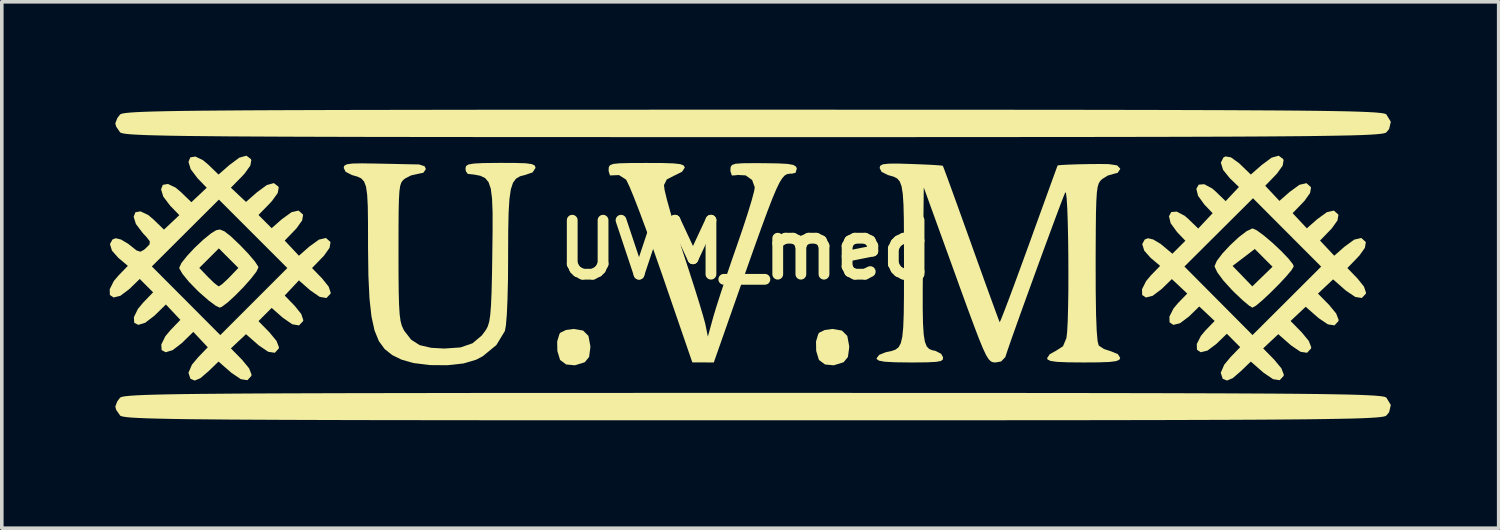
<source format=kicad_pcb>
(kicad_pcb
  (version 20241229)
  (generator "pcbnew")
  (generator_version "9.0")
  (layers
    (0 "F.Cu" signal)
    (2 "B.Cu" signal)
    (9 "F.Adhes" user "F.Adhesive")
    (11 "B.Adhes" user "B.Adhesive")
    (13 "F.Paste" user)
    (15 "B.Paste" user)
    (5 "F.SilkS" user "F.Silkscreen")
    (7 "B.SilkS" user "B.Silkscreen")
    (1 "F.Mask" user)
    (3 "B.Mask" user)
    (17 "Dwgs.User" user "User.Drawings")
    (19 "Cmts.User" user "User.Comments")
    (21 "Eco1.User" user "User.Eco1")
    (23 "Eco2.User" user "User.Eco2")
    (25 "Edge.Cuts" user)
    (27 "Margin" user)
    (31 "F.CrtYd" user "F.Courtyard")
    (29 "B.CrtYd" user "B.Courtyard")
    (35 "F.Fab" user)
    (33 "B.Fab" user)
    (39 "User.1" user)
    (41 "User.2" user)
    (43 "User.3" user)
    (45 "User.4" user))
  (footprint "UVM_med"
    (layer "F.Cu")
    (at 17.682 3.895)
    (property "Reference" "UVM_med" (at 0 0 0) (layer "F.SilkS") (effects (font (size 1.5 1.5) (thickness 0.3))))
    (attr board_only exclude_from_pos_files exclude_from_bom)
    (fp_poly (pts (xy -4.519 2.246) (xy -4.371 2.394) (xy -4.319 2.67) (xy -4.318 2.723) (xy -4.353 2.981) (xy -4.468 3.122) (xy -4.482 3.13) (xy -4.746 3.212) (xy -4.99 3.189) (xy -5.154 3.067) (xy -5.162 3.054) (xy -5.235 2.813) (xy -5.24 2.549) (xy -5.177 2.341) (xy -5.148 2.303) (xy -4.995 2.23) (xy -4.784 2.201)) (stroke (width 0) (type solid)) (fill yes) (layer "F.SilkS"))
    (fp_poly (pts (xy 2.677 2.246) (xy 2.826 2.394) (xy 2.878 2.67) (xy 2.879 2.723) (xy 2.844 2.981) (xy 2.729 3.122) (xy 2.715 3.13) (xy 2.45 3.212) (xy 2.207 3.189) (xy 2.043 3.067) (xy 2.035 3.054) (xy 1.962 2.813) (xy 1.957 2.549) (xy 2.02 2.341) (xy 2.049 2.303) (xy 2.202 2.23) (xy 2.413 2.201)) (stroke (width 0) (type solid)) (fill yes) (layer "F.SilkS"))
    (fp_poly (pts (xy 14.219 -0.537) (xy 14.416 -0.391) (xy 14.651 -0.191) (xy 14.887 0.03) (xy 15.087 0.238) (xy 15.214 0.398) (xy 15.24 0.46) (xy 15.182 0.561) (xy 15.032 0.74) (xy 14.824 0.963) (xy 14.591 1.195) (xy 14.369 1.403) (xy 14.191 1.553) (xy 14.092 1.609) (xy 13.997 1.552) (xy 13.818 1.402) (xy 13.591 1.187) (xy 13.523 1.119) (xy 13.284 0.857) (xy 13.114 0.627) (xy 13.04 0.469) (xy 13.039 0.454) (xy 13.041 0.449) (xy 13.539 0.449) (xy 13.814 0.733) (xy 14.088 1.017) (xy 14.369 0.744) (xy 14.65 0.472) (xy 14.403 0.225) (xy 14.157 -0.022) (xy 13.848 0.214) (xy 13.539 0.449) (xy 13.041 0.449) (xy 13.1 0.31) (xy 13.258 0.102) (xy 13.475 -0.13) (xy 13.71 -0.349) (xy 13.926 -0.515) (xy 14.083 -0.591) (xy 14.098 -0.593)) (stroke (width 0) (type solid)) (fill yes) (layer "F.SilkS"))
    (fp_poly (pts (xy -14.493 -0.514) (xy -14.317 -0.377) (xy -14.06 -0.132) (xy -14.051 -0.123) (xy -13.819 0.119) (xy -13.643 0.328) (xy -13.553 0.466) (xy -13.547 0.49) (xy -13.604 0.61) (xy -13.754 0.804) (xy -13.959 1.035) (xy -14.186 1.266) (xy -14.399 1.462) (xy -14.563 1.585) (xy -14.624 1.609) (xy -14.738 1.553) (xy -14.935 1.406) (xy -15.176 1.196) (xy -15.246 1.13) (xy -15.48 0.889) (xy -15.656 0.674) (xy -15.744 0.523) (xy -15.747 0.504) (xy -15.191 0.504) (xy -14.945 0.76) (xy -14.782 0.919) (xy -14.667 1.009) (xy -14.647 1.016) (xy -14.561 0.96) (xy -14.409 0.821) (xy -14.349 0.76) (xy -14.104 0.504) (xy -14.376 0.233) (xy -14.647 -0.039) (xy -14.919 0.233) (xy -15.191 0.504) (xy -15.747 0.504) (xy -15.748 0.499) (xy -15.688 0.369) (xy -15.532 0.172) (xy -15.318 -0.057) (xy -15.082 -0.279) (xy -14.86 -0.459) (xy -14.721 -0.544) (xy -14.618 -0.564)) (stroke (width 0) (type solid)) (fill yes) (layer "F.SilkS"))
    (fp_poly (pts (xy -2.306 -2.412) (xy -2.003 -2.402) (xy -1.817 -2.381) (xy -1.723 -2.345) (xy -1.694 -2.292) (xy -1.693 -2.283) (xy -1.768 -2.169) (xy -1.958 -2.074) (xy -1.968 -2.071) (xy -2.192 -1.956) (xy -2.271 -1.797) (xy -2.253 -1.66) (xy -2.188 -1.391) (xy -2.083 -1.016) (xy -1.946 -0.563) (xy -1.785 -0.059) (xy -1.743 0.066) (xy -1.571 0.591) (xy -1.413 1.083) (xy -1.28 1.51) (xy -1.181 1.844) (xy -1.124 2.052) (xy -1.119 2.074) (xy -1.05 2.413) (xy -0.898 1.863) (xy -0.818 1.596) (xy -0.694 1.21) (xy -0.54 0.745) (xy -0.368 0.241) (xy -0.246 -0.108) (xy -0.083 -0.582) (xy 0.058 -1.013) (xy 0.167 -1.371) (xy 0.235 -1.625) (xy 0.254 -1.735) (xy 0.181 -1.94) (xy 0.001 -2.068) (xy -0.23 -2.081) (xy -0.257 -2.073) (xy -0.384 -2.066) (xy -0.423 -2.184) (xy -0.423 -2.217) (xy -0.417 -2.303) (xy -0.378 -2.359) (xy -0.278 -2.392) (xy -0.085 -2.406) (xy 0.23 -2.409) (xy 0.487 -2.408) (xy 0.895 -2.402) (xy 1.164 -2.388) (xy 1.323 -2.36) (xy 1.4 -2.314) (xy 1.424 -2.26) (xy 1.388 -2.14) (xy 1.289 -2.117) (xy 1.215 -2.115) (xy 1.149 -2.102) (xy 1.084 -2.064) (xy 1.017 -1.989) (xy 0.94 -1.864) (xy 0.849 -1.676) (xy 0.738 -1.411) (xy 0.602 -1.058) (xy 0.434 -0.602) (xy 0.229 -0.032) (xy -0.018 0.666) (xy -0.313 1.504) (xy -0.476 1.968) (xy -0.885 3.133) (xy -1.183 3.132) (xy -1.482 3.132) (xy -2.328 0.673) (xy -2.545 0.053) (xy -2.751 -0.52) (xy -2.939 -1.026) (xy -3.1 -1.443) (xy -3.227 -1.751) (xy -3.311 -1.927) (xy -3.33 -1.955) (xy -3.522 -2.077) (xy -3.647 -2.072) (xy -3.772 -2.067) (xy -3.809 -2.188) (xy -3.81 -2.217) (xy -3.805 -2.298) (xy -3.77 -2.353) (xy -3.679 -2.387) (xy -3.504 -2.405) (xy -3.217 -2.412) (xy -2.79 -2.414) (xy -2.752 -2.414)) (stroke (width 0) (type solid)) (fill yes) (layer "F.SilkS"))
    (fp_poly (pts (xy 2.248 -3.895) (xy 4.122 -3.894) (xy 5.84 -3.894) (xy 7.409 -3.893) (xy 8.835 -3.892) (xy 10.126 -3.89) (xy 11.287 -3.888) (xy 12.327 -3.885) (xy 13.251 -3.882) (xy 14.066 -3.878) (xy 14.779 -3.874) (xy 15.396 -3.869) (xy 15.926 -3.863) (xy 16.373 -3.856) (xy 16.745 -3.849) (xy 17.048 -3.84) (xy 17.29 -3.83) (xy 17.477 -3.82) (xy 17.616 -3.808) (xy 17.713 -3.796) (xy 17.776 -3.782) (xy 17.81 -3.767) (xy 17.816 -3.762) (xy 17.939 -3.559) (xy 17.892 -3.358) (xy 17.816 -3.266) (xy 17.789 -3.25) (xy 17.737 -3.236) (xy 17.651 -3.223) (xy 17.526 -3.211) (xy 17.355 -3.2) (xy 17.132 -3.19) (xy 16.848 -3.181) (xy 16.499 -3.174) (xy 16.076 -3.167) (xy 15.573 -3.16) (xy 14.985 -3.155) (xy 14.302 -3.15) (xy 13.52 -3.146) (xy 12.632 -3.143) (xy 11.63 -3.14) (xy 10.508 -3.138) (xy 9.259 -3.136) (xy 7.876 -3.135) (xy 6.353 -3.134) (xy 4.683 -3.133) (xy 2.86 -3.133) (xy 0.875 -3.133) (xy 0.212 -3.133) (xy -1.825 -3.133) (xy -3.699 -3.133) (xy -5.416 -3.134) (xy -6.985 -3.134) (xy -8.412 -3.136) (xy -9.702 -3.137) (xy -10.864 -3.139) (xy -11.903 -3.142) (xy -12.827 -3.145) (xy -13.642 -3.149) (xy -14.355 -3.153) (xy -14.973 -3.159) (xy -15.502 -3.164) (xy -15.949 -3.171) (xy -16.322 -3.179) (xy -16.625 -3.187) (xy -16.867 -3.197) (xy -17.054 -3.207) (xy -17.193 -3.219) (xy -17.29 -3.232) (xy -17.352 -3.246) (xy -17.387 -3.261) (xy -17.393 -3.266) (xy -17.501 -3.422) (xy -17.526 -3.514) (xy -17.47 -3.662) (xy -17.393 -3.762) (xy -17.366 -3.777) (xy -17.313 -3.791) (xy -17.228 -3.804) (xy -17.103 -3.816) (xy -16.932 -3.827) (xy -16.708 -3.837) (xy -16.425 -3.846) (xy -16.075 -3.854) (xy -15.653 -3.861) (xy -15.15 -3.867) (xy -14.561 -3.872) (xy -13.879 -3.877) (xy -13.097 -3.881) (xy -12.208 -3.884) (xy -11.206 -3.887) (xy -10.084 -3.889) (xy -8.835 -3.891) (xy -7.453 -3.893) (xy -5.93 -3.893) (xy -4.26 -3.894) (xy -2.436 -3.895) (xy -0.452 -3.895) (xy 0.212 -3.895)) (stroke (width 0) (type solid)) (fill yes) (layer "F.SilkS"))
    (fp_poly (pts (xy 2.248 3.979) (xy 4.122 3.98) (xy 5.84 3.98) (xy 7.409 3.981) (xy 8.835 3.982) (xy 10.126 3.984) (xy 11.287 3.986) (xy 12.327 3.989) (xy 13.251 3.992) (xy 14.066 3.996) (xy 14.779 4) (xy 15.396 4.005) (xy 15.926 4.011) (xy 16.373 4.018) (xy 16.745 4.025) (xy 17.048 4.034) (xy 17.29 4.044) (xy 17.477 4.054) (xy 17.616 4.066) (xy 17.713 4.078) (xy 17.776 4.092) (xy 17.81 4.107) (xy 17.816 4.112) (xy 17.939 4.315) (xy 17.892 4.516) (xy 17.816 4.608) (xy 17.789 4.624) (xy 17.737 4.638) (xy 17.651 4.651) (xy 17.526 4.663) (xy 17.355 4.674) (xy 17.132 4.684) (xy 16.848 4.693) (xy 16.499 4.7) (xy 16.076 4.707) (xy 15.573 4.714) (xy 14.985 4.719) (xy 14.302 4.724) (xy 13.52 4.728) (xy 12.632 4.731) (xy 11.63 4.734) (xy 10.508 4.736) (xy 9.259 4.738) (xy 7.876 4.739) (xy 6.353 4.74) (xy 4.683 4.741) (xy 2.86 4.741) (xy 0.875 4.741) (xy 0.212 4.741) (xy -1.825 4.741) (xy -3.699 4.741) (xy -5.416 4.74) (xy -6.985 4.74) (xy -8.412 4.738) (xy -9.702 4.737) (xy -10.864 4.735) (xy -11.903 4.732) (xy -12.827 4.729) (xy -13.642 4.725) (xy -14.355 4.721) (xy -14.973 4.715) (xy -15.502 4.71) (xy -15.949 4.703) (xy -16.322 4.695) (xy -16.625 4.687) (xy -16.867 4.677) (xy -17.054 4.667) (xy -17.193 4.655) (xy -17.29 4.642) (xy -17.352 4.628) (xy -17.387 4.613) (xy -17.393 4.608) (xy -17.501 4.452) (xy -17.526 4.36) (xy -17.47 4.212) (xy -17.393 4.112) (xy -17.366 4.097) (xy -17.313 4.083) (xy -17.228 4.07) (xy -17.103 4.058) (xy -16.932 4.047) (xy -16.708 4.037) (xy -16.425 4.028) (xy -16.075 4.02) (xy -15.653 4.013) (xy -15.15 4.007) (xy -14.561 4.002) (xy -13.879 3.997) (xy -13.097 3.993) (xy -12.208 3.99) (xy -11.206 3.987) (xy -10.084 3.985) (xy -8.835 3.983) (xy -7.453 3.981) (xy -5.93 3.981) (xy -4.26 3.98) (xy -2.436 3.979) (xy -0.452 3.979) (xy 0.212 3.979)) (stroke (width 0) (type solid)) (fill yes) (layer "F.SilkS"))
    (fp_poly (pts (xy -6.394 -2.414) (xy -6.113 -2.405) (xy -5.946 -2.382) (xy -5.865 -2.344) (xy -5.842 -2.285) (xy -5.842 -2.277) (xy -5.923 -2.152) (xy -6.125 -2.082) (xy -6.271 -2.044) (xy -6.384 -1.978) (xy -6.468 -1.864) (xy -6.528 -1.682) (xy -6.567 -1.413) (xy -6.59 -1.036) (xy -6.601 -0.532) (xy -6.604 0.119) (xy -6.604 0.21) (xy -6.608 0.83) (xy -6.621 1.368) (xy -6.64 1.801) (xy -6.666 2.107) (xy -6.694 2.259) (xy -6.931 2.649) (xy -7.309 2.96) (xy -7.493 3.057) (xy -7.845 3.161) (xy -8.296 3.21) (xy -8.782 3.206) (xy -9.242 3.148) (xy -9.567 3.055) (xy -9.828 2.927) (xy -10.036 2.761) (xy -10.198 2.539) (xy -10.319 2.242) (xy -10.404 1.852) (xy -10.459 1.351) (xy -10.489 0.72) (xy -10.499 -0.059) (xy -10.499 -0.163) (xy -10.5 -0.759) (xy -10.506 -1.208) (xy -10.523 -1.532) (xy -10.555 -1.755) (xy -10.609 -1.898) (xy -10.689 -1.985) (xy -10.801 -2.037) (xy -10.944 -2.077) (xy -11.122 -2.168) (xy -11.176 -2.276) (xy -11.159 -2.338) (xy -11.087 -2.377) (xy -10.934 -2.398) (xy -10.671 -2.403) (xy -10.269 -2.397) (xy -10.223 -2.396) (xy -9.82 -2.388) (xy -9.464 -2.38) (xy -9.199 -2.375) (xy -9.081 -2.373) (xy -8.927 -2.323) (xy -8.89 -2.244) (xy -8.962 -2.141) (xy -9.083 -2.117) (xy -9.301 -2.068) (xy -9.464 -1.985) (xy -9.524 -1.938) (xy -9.57 -1.877) (xy -9.604 -1.782) (xy -9.626 -1.629) (xy -9.64 -1.397) (xy -9.648 -1.064) (xy -9.651 -0.608) (xy -9.652 -0.007) (xy -9.652 0.068) (xy -9.651 0.695) (xy -9.646 1.175) (xy -9.636 1.534) (xy -9.62 1.793) (xy -9.595 1.978) (xy -9.56 2.111) (xy -9.512 2.216) (xy -9.487 2.259) (xy -9.299 2.501) (xy -9.064 2.651) (xy -8.742 2.726) (xy -8.378 2.746) (xy -7.929 2.715) (xy -7.594 2.6) (xy -7.335 2.382) (xy -7.219 2.225) (xy -7.169 2.13) (xy -7.13 2) (xy -7.101 1.813) (xy -7.08 1.545) (xy -7.064 1.174) (xy -7.052 0.676) (xy -7.044 0.131) (xy -7.036 -0.53) (xy -7.036 -1.042) (xy -7.051 -1.424) (xy -7.086 -1.697) (xy -7.148 -1.88) (xy -7.243 -1.994) (xy -7.377 -2.058) (xy -7.555 -2.092) (xy -7.726 -2.11) (xy -7.78 -2.186) (xy -7.789 -2.265) (xy -7.773 -2.329) (xy -7.706 -2.372) (xy -7.559 -2.397) (xy -7.306 -2.411) (xy -6.917 -2.415) (xy -6.816 -2.416)) (stroke (width 0) (type solid)) (fill yes) (layer "F.SilkS"))
    (fp_poly (pts (xy 4.593 -2.386) (xy 4.956 -2.372) (xy 5.249 -2.357) (xy 5.435 -2.343) (xy 5.483 -2.335) (xy 5.516 -2.252) (xy 5.598 -2.031) (xy 5.722 -1.692) (xy 5.88 -1.256) (xy 6.064 -0.744) (xy 6.268 -0.177) (xy 6.273 -0.162) (xy 6.477 0.407) (xy 6.662 0.921) (xy 6.821 1.359) (xy 6.946 1.701) (xy 7.029 1.926) (xy 7.064 2.013) (xy 7.065 2.013) (xy 7.098 1.943) (xy 7.181 1.733) (xy 7.306 1.405) (xy 7.466 0.977) (xy 7.652 0.471) (xy 7.858 -0.095) (xy 7.877 -0.146) (xy 8.083 -0.718) (xy 8.271 -1.235) (xy 8.431 -1.677) (xy 8.556 -2.022) (xy 8.64 -2.252) (xy 8.674 -2.344) (xy 8.674 -2.345) (xy 8.757 -2.356) (xy 8.963 -2.367) (xy 9.246 -2.377) (xy 9.56 -2.383) (xy 9.857 -2.385) (xy 10.092 -2.382) (xy 10.097 -2.382) (xy 10.328 -2.347) (xy 10.413 -2.26) (xy 10.414 -2.244) (xy 10.344 -2.139) (xy 10.254 -2.117) (xy 10.07 -2.064) (xy 9.916 -1.968) (xy 9.862 -1.917) (xy 9.82 -1.851) (xy 9.788 -1.75) (xy 9.766 -1.592) (xy 9.751 -1.357) (xy 9.741 -1.026) (xy 9.736 -0.576) (xy 9.733 0.012) (xy 9.732 0.366) (xy 9.734 1.161) (xy 9.743 1.789) (xy 9.761 2.249) (xy 9.786 2.541) (xy 9.818 2.663) (xy 9.964 2.759) (xy 10.162 2.824) (xy 10.348 2.9) (xy 10.414 3.004) (xy 10.39 3.059) (xy 10.3 3.096) (xy 10.118 3.119) (xy 9.818 3.13) (xy 9.398 3.133) (xy 8.955 3.129) (xy 8.656 3.116) (xy 8.478 3.091) (xy 8.396 3.051) (xy 8.382 3.014) (xy 8.454 2.905) (xy 8.624 2.811) (xy 8.824 2.683) (xy 8.92 2.453) (xy 8.94 2.272) (xy 8.956 1.975) (xy 8.966 1.587) (xy 8.973 1.135) (xy 8.974 0.646) (xy 8.972 0.147) (xy 8.966 -0.336) (xy 8.956 -0.777) (xy 8.943 -1.149) (xy 8.926 -1.425) (xy 8.907 -1.58) (xy 8.889 -1.599) (xy 8.845 -1.493) (xy 8.753 -1.254) (xy 8.622 -0.905) (xy 8.462 -0.473) (xy 8.281 0.017) (xy 8.09 0.541) (xy 7.897 1.072) (xy 7.711 1.586) (xy 7.542 2.057) (xy 7.399 2.46) (xy 7.291 2.77) (xy 7.227 2.961) (xy 7.22 2.985) (xy 7.103 3.106) (xy 6.946 3.133) (xy 6.879 3.128) (xy 6.818 3.103) (xy 6.756 3.041) (xy 6.685 2.926) (xy 6.597 2.74) (xy 6.485 2.467) (xy 6.342 2.091) (xy 6.158 1.595) (xy 5.928 0.962) (xy 5.834 0.7) (xy 4.953 -1.732) (xy 4.93 0.415) (xy 4.924 1.106) (xy 4.924 1.646) (xy 4.932 2.055) (xy 4.951 2.352) (xy 4.984 2.556) (xy 5.034 2.685) (xy 5.104 2.758) (xy 5.195 2.795) (xy 5.276 2.81) (xy 5.434 2.891) (xy 5.488 2.985) (xy 5.485 3.049) (xy 5.43 3.092) (xy 5.293 3.117) (xy 5.049 3.129) (xy 4.668 3.133) (xy 4.578 3.133) (xy 4.152 3.128) (xy 3.871 3.113) (xy 3.71 3.084) (xy 3.645 3.039) (xy 3.641 3.016) (xy 3.714 2.921) (xy 3.893 2.85) (xy 3.908 2.846) (xy 4.053 2.816) (xy 4.166 2.777) (xy 4.252 2.711) (xy 4.314 2.598) (xy 4.356 2.418) (xy 4.382 2.154) (xy 4.396 1.784) (xy 4.402 1.291) (xy 4.403 0.655) (xy 4.403 0.381) (xy 4.402 -0.309) (xy 4.399 -0.85) (xy 4.389 -1.26) (xy 4.369 -1.559) (xy 4.335 -1.766) (xy 4.285 -1.901) (xy 4.213 -1.983) (xy 4.118 -2.032) (xy 3.995 -2.067) (xy 3.958 -2.077) (xy 3.78 -2.167) (xy 3.725 -2.275) (xy 3.744 -2.338) (xy 3.819 -2.377) (xy 3.979 -2.395) (xy 4.255 -2.396)) (stroke (width 0) (type solid)) (fill yes) (layer "F.SilkS"))
    (fp_poly (pts (xy 14.943 -2.525) (xy 14.958 -2.492) (xy 14.932 -2.34) (xy 14.779 -2.125) (xy 14.728 -2.07) (xy 14.447 -1.78) (xy 14.644 -1.57) (xy 14.842 -1.359) (xy 15.129 -1.611) (xy 15.399 -1.807) (xy 15.594 -1.852) (xy 15.712 -1.747) (xy 15.72 -1.73) (xy 15.694 -1.578) (xy 15.541 -1.363) (xy 15.49 -1.308) (xy 15.209 -1.018) (xy 15.406 -0.808) (xy 15.604 -0.597) (xy 15.891 -0.849) (xy 16.161 -1.045) (xy 16.356 -1.09) (xy 16.474 -0.985) (xy 16.482 -0.968) (xy 16.456 -0.816) (xy 16.303 -0.601) (xy 16.252 -0.546) (xy 15.971 -0.256) (xy 16.168 -0.046) (xy 16.366 0.165) (xy 16.653 -0.087) (xy 16.923 -0.283) (xy 17.118 -0.328) (xy 17.236 -0.223) (xy 17.244 -0.206) (xy 17.218 -0.054) (xy 17.064 0.162) (xy 17.013 0.217) (xy 16.731 0.508) (xy 17.013 0.799) (xy 17.193 1.024) (xy 17.25 1.194) (xy 17.244 1.222) (xy 17.134 1.34) (xy 16.952 1.312) (xy 16.691 1.136) (xy 16.637 1.089) (xy 16.334 0.823) (xy 16.124 1.02) (xy 15.914 1.218) (xy 16.224 1.534) (xy 16.42 1.772) (xy 16.488 1.947) (xy 16.482 1.984) (xy 16.373 2.102) (xy 16.19 2.074) (xy 15.93 1.899) (xy 15.875 1.851) (xy 15.572 1.585) (xy 15.362 1.782) (xy 15.152 1.98) (xy 15.462 2.296) (xy 15.658 2.534) (xy 15.726 2.709) (xy 15.72 2.746) (xy 15.611 2.864) (xy 15.428 2.836) (xy 15.168 2.661) (xy 15.113 2.613) (xy 14.81 2.347) (xy 14.6 2.544) (xy 14.39 2.742) (xy 14.7 3.058) (xy 14.896 3.296) (xy 14.964 3.471) (xy 14.958 3.508) (xy 14.849 3.626) (xy 14.667 3.598) (xy 14.407 3.423) (xy 14.35 3.374) (xy 14.046 3.108) (xy 13.771 3.374) (xy 13.544 3.569) (xy 13.386 3.636) (xy 13.268 3.588) (xy 13.264 3.584) (xy 13.21 3.42) (xy 13.308 3.194) (xy 13.48 2.987) (xy 13.751 2.707) (xy 13.565 2.521) (xy 13.38 2.335) (xy 13.088 2.618) (xy 12.84 2.804) (xy 12.654 2.849) (xy 12.549 2.78) (xy 12.544 2.619) (xy 12.66 2.392) (xy 12.786 2.242) (xy 13.041 1.979) (xy 12.827 1.778) (xy 12.613 1.577) (xy 12.324 1.858) (xy 12.077 2.043) (xy 11.892 2.088) (xy 11.787 2.018) (xy 11.783 1.857) (xy 11.898 1.63) (xy 12.024 1.48) (xy 12.279 1.217) (xy 12.065 1.016) (xy 11.851 0.815) (xy 11.562 1.096) (xy 11.315 1.281) (xy 11.13 1.327) (xy 11.026 1.257) (xy 11.021 1.097) (xy 11.135 0.87) (xy 11.266 0.714) (xy 11.507 0.466) (xy 12.2 0.466) (xy 13.147 1.418) (xy 14.094 2.371) (xy 15.048 1.42) (xy 16.002 0.468) (xy 15.054 -0.482) (xy 14.107 -1.432) (xy 13.153 -0.483) (xy 12.2 0.466) (xy 11.507 0.466) (xy 11.525 0.447) (xy 11.26 0.224) (xy 11.083 0.024) (xy 11.027 -0.158) (xy 11.097 -0.286) (xy 11.187 -0.321) (xy 11.333 -0.286) (xy 11.532 -0.168) (xy 11.594 -0.118) (xy 11.866 0.11) (xy 12.046 -0.07) (xy 12.227 -0.251) (xy 11.998 -0.49) (xy 11.818 -0.737) (xy 11.771 -0.932) (xy 11.834 -1.049) (xy 11.986 -1.062) (xy 12.206 -0.946) (xy 12.309 -0.857) (xy 12.584 -0.59) (xy 12.784 -0.804) (xy 12.985 -1.017) (xy 12.758 -1.254) (xy 12.579 -1.501) (xy 12.532 -1.695) (xy 12.597 -1.811) (xy 12.751 -1.823) (xy 12.971 -1.706) (xy 13.071 -1.619) (xy 13.346 -1.352) (xy 13.531 -1.549) (xy 13.716 -1.746) (xy 13.462 -1.99) (xy 13.275 -2.222) (xy 13.213 -2.423) (xy 13.284 -2.565) (xy 13.341 -2.596) (xy 13.493 -2.57) (xy 13.707 -2.418) (xy 13.76 -2.369) (xy 14.046 -2.092) (xy 14.35 -2.358) (xy 14.624 -2.561) (xy 14.821 -2.616)) (stroke (width 0) (type solid)) (fill yes) (layer "F.SilkS"))
    (fp_poly (pts (xy -13.759 -2.525) (xy -13.744 -2.492) (xy -13.772 -2.34) (xy -13.931 -2.119) (xy -14.002 -2.042) (xy -14.312 -1.726) (xy -14.102 -1.528) (xy -13.892 -1.331) (xy -13.589 -1.597) (xy -13.315 -1.799) (xy -13.119 -1.854) (xy -12.997 -1.762) (xy -12.982 -1.73) (xy -13.01 -1.578) (xy -13.169 -1.357) (xy -13.238 -1.282) (xy -13.545 -0.968) (xy -13.362 -0.784) (xy -13.179 -0.601) (xy -12.894 -0.851) (xy -12.624 -1.046) (xy -12.43 -1.09) (xy -12.311 -0.983) (xy -12.305 -0.968) (xy -12.331 -0.816) (xy -12.484 -0.601) (xy -12.535 -0.546) (xy -12.816 -0.256) (xy -12.618 -0.046) (xy -12.421 0.165) (xy -12.134 -0.087) (xy -11.863 -0.283) (xy -11.669 -0.328) (xy -11.55 -0.223) (xy -11.543 -0.206) (xy -11.569 -0.054) (xy -11.722 0.162) (xy -11.774 0.217) (xy -12.056 0.508) (xy -11.774 0.799) (xy -11.594 1.024) (xy -11.537 1.194) (xy -11.543 1.222) (xy -11.655 1.341) (xy -11.843 1.309) (xy -12.106 1.127) (xy -12.134 1.103) (xy -12.421 0.851) (xy -12.618 1.062) (xy -12.816 1.272) (xy -12.535 1.562) (xy -12.355 1.787) (xy -12.299 1.956) (xy -12.305 1.984) (xy -12.418 2.103) (xy -12.606 2.071) (xy -12.87 1.888) (xy -12.894 1.867) (xy -13.179 1.617) (xy -13.362 1.8) (xy -13.545 1.984) (xy -13.238 2.298) (xy -13.043 2.535) (xy -12.976 2.71) (xy -12.982 2.746) (xy -13.091 2.864) (xy -13.274 2.836) (xy -13.534 2.661) (xy -13.589 2.613) (xy -13.892 2.347) (xy -14.102 2.544) (xy -14.312 2.742) (xy -14.002 3.058) (xy -13.806 3.296) (xy -13.738 3.471) (xy -13.744 3.508) (xy -13.853 3.626) (xy -14.035 3.598) (xy -14.295 3.423) (xy -14.352 3.374) (xy -14.656 3.108) (xy -14.931 3.374) (xy -15.158 3.569) (xy -15.316 3.636) (xy -15.434 3.588) (xy -15.438 3.584) (xy -15.492 3.42) (xy -15.395 3.194) (xy -15.224 2.99) (xy -14.955 2.711) (xy -15.156 2.497) (xy -15.357 2.283) (xy -15.673 2.592) (xy -15.932 2.791) (xy -16.126 2.849) (xy -16.238 2.789) (xy -16.247 2.633) (xy -16.135 2.405) (xy -15.986 2.228) (xy -15.717 1.949) (xy -15.918 1.735) (xy -16.119 1.521) (xy -16.435 1.83) (xy -16.694 2.029) (xy -16.888 2.088) (xy -17 2.028) (xy -17.009 1.873) (xy -16.897 1.644) (xy -16.746 1.463) (xy -16.475 1.183) (xy -16.661 0.997) (xy -16.846 0.811) (xy -17.138 1.094) (xy -17.386 1.28) (xy -17.572 1.326) (xy -17.677 1.257) (xy -17.682 1.097) (xy -17.568 0.87) (xy -17.436 0.714) (xy -17.192 0.463) (xy -16.51 0.463) (xy -15.558 1.417) (xy -14.607 2.372) (xy -13.675 1.44) (xy -12.743 0.508) (xy -13.695 -0.444) (xy -14.646 -1.395) (xy -15.578 -0.466) (xy -16.51 0.463) (xy -17.192 0.463) (xy -17.177 0.447) (xy -17.442 0.224) (xy -17.619 0.024) (xy -17.675 -0.158) (xy -17.605 -0.286) (xy -17.515 -0.321) (xy -17.369 -0.286) (xy -17.17 -0.168) (xy -17.111 -0.121) (xy -16.935 0.018) (xy -16.827 0.054) (xy -16.727 -0.001) (xy -16.674 -0.047) (xy -16.575 -0.148) (xy -16.566 -0.233) (xy -16.658 -0.354) (xy -16.762 -0.464) (xy -16.954 -0.718) (xy -17.016 -0.919) (xy -16.966 -1.044) (xy -16.825 -1.068) (xy -16.611 -0.967) (xy -16.463 -0.842) (xy -16.173 -0.561) (xy -15.959 -0.762) (xy -15.746 -0.963) (xy -16.001 -1.226) (xy -16.193 -1.48) (xy -16.254 -1.682) (xy -16.204 -1.806) (xy -16.062 -1.83) (xy -15.848 -1.728) (xy -15.701 -1.604) (xy -15.411 -1.323) (xy -15.197 -1.524) (xy -14.984 -1.725) (xy -15.239 -1.988) (xy -15.43 -2.241) (xy -15.491 -2.443) (xy -15.442 -2.568) (xy -15.301 -2.593) (xy -15.089 -2.492) (xy -14.942 -2.369) (xy -14.656 -2.092) (xy -14.352 -2.358) (xy -14.078 -2.561) (xy -13.881 -2.616)) (stroke (width 0) (type solid)) (fill yes) (layer "F.SilkS")))
  (gr_rect
    (start -3 -3)
    (end 38.62 11.636)
    (stroke (width 0.1) (type default))
    (fill no)
    (layer "Edge.Cuts")))
</source>
